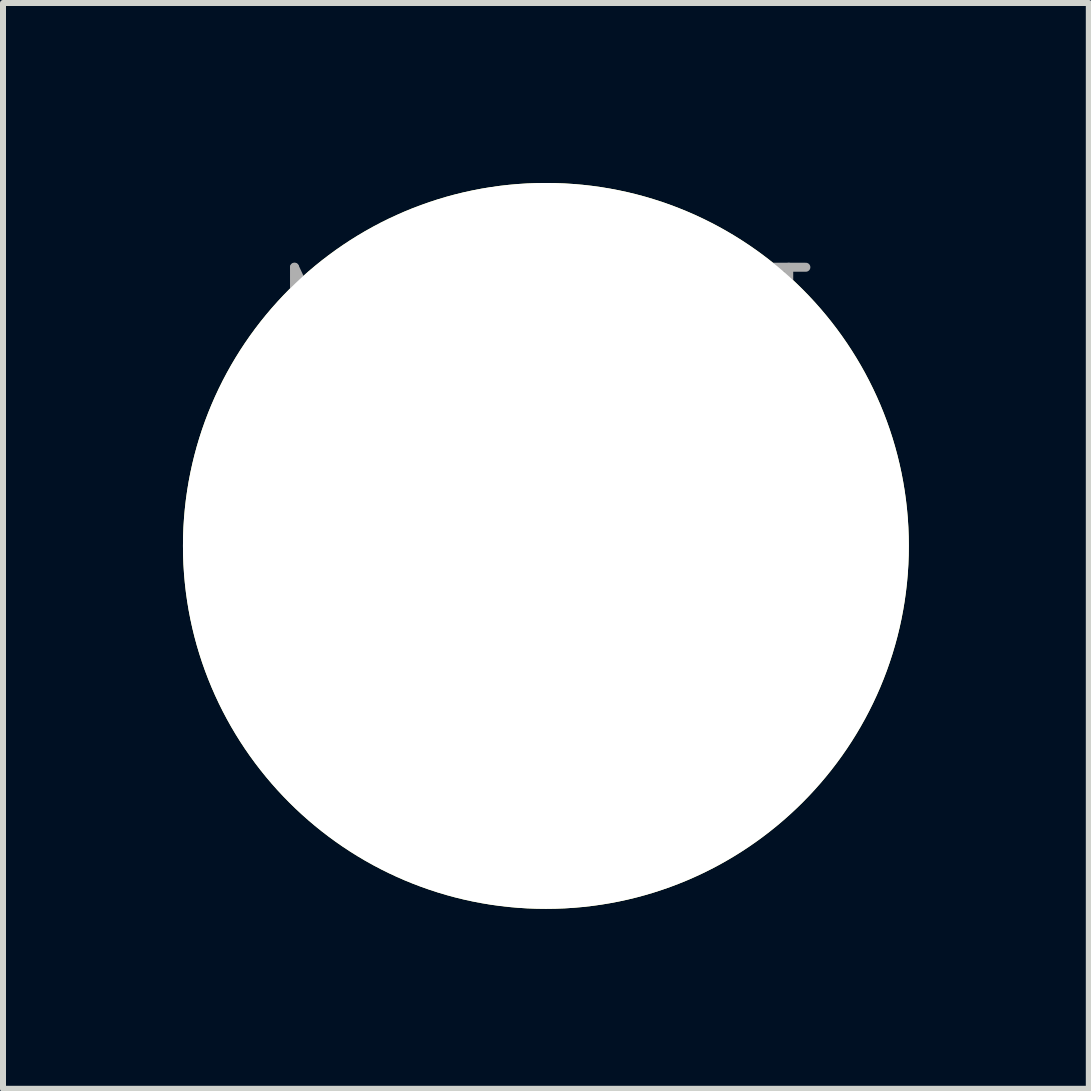
<source format=kicad_pcb>
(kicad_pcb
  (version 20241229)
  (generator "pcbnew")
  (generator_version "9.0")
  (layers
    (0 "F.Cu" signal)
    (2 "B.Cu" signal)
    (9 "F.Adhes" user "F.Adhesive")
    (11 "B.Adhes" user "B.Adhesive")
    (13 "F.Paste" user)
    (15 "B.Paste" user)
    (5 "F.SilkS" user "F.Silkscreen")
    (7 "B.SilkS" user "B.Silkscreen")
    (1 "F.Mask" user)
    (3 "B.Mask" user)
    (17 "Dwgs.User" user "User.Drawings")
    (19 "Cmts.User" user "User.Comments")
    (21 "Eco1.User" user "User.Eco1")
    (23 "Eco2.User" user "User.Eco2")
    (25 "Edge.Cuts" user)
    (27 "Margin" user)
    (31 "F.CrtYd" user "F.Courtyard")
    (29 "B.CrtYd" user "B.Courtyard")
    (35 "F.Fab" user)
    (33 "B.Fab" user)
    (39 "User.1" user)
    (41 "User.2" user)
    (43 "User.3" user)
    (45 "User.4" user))
  (footprint "M11_MOUNT"
    (layer "F.Cu")
    (at 6.05 6.05)
    (property "Reference" "M11_MOUNT" (at 0 -4.1 0) (layer "F.Fab") (effects (font (size 1 1) (thickness 0.15))))
    (attr through_hole)
    (fp_line (start -3.4 -3.4) (end 3.4 -3.4) (stroke (width 0.01) (type solid)) (layer "F.CrtYd"))
    (fp_line (start -3.4 3.4) (end -3.4 -3.4) (stroke (width 0.01) (type solid)) (layer "F.CrtYd"))
    (fp_line (start 3.4 -3.4) (end 3.4 3.4) (stroke (width 0.01) (type solid)) (layer "F.CrtYd"))
    (fp_line (start 3.4 3.4) (end -3.4 3.4) (stroke (width 0.01) (type solid)) (layer "F.CrtYd"))
    (pad "" np_thru_hole circle (at -2.5 0) (size 0.6 0.6) (drill 0.6) (layers "*.Cu" "*.Mask" "F.SilkS"))
    (pad "" np_thru_hole circle (at -1.8 -1.8) (size 0.6 0.6) (drill 0.6) (layers "*.Cu" "*.Mask" "F.SilkS"))
    (pad "" np_thru_hole circle (at -1.8 1.8) (size 0.6 0.6) (drill 0.6) (layers "*.Cu" "*.Mask" "F.SilkS"))
    (pad "" np_thru_hole circle (at 0 -2.5) (size 0.6 0.6) (drill 0.6) (layers "*.Cu" "*.Mask" "F.SilkS"))
    (pad "" np_thru_hole circle (at 0 0) (size 12.1 12.1) (drill 12.1) (layers "*.Cu" "*.Mask" "F.SilkS"))
    (pad "" np_thru_hole circle (at 0 2.5) (size 0.6 0.6) (drill 0.6) (layers "*.Cu" "*.Mask" "F.SilkS"))
    (pad "" np_thru_hole circle (at 1.8 -1.8) (size 0.6 0.6) (drill 0.6) (layers "*.Cu" "*.Mask" "F.SilkS"))
    (pad "" np_thru_hole circle (at 1.8 1.8) (size 0.6 0.6) (drill 0.6) (layers "*.Cu" "*.Mask" "F.SilkS"))
    (pad "" np_thru_hole circle (at 2.5 0) (size 0.6 0.6) (drill 0.6) (layers "*.Cu" "*.Mask" "F.SilkS")))
  (gr_rect
    (start -3 -3)
    (end 15.1 15.1)
    (stroke (width 0.1) (type default))
    (fill no)
    (layer "Edge.Cuts")))
</source>
